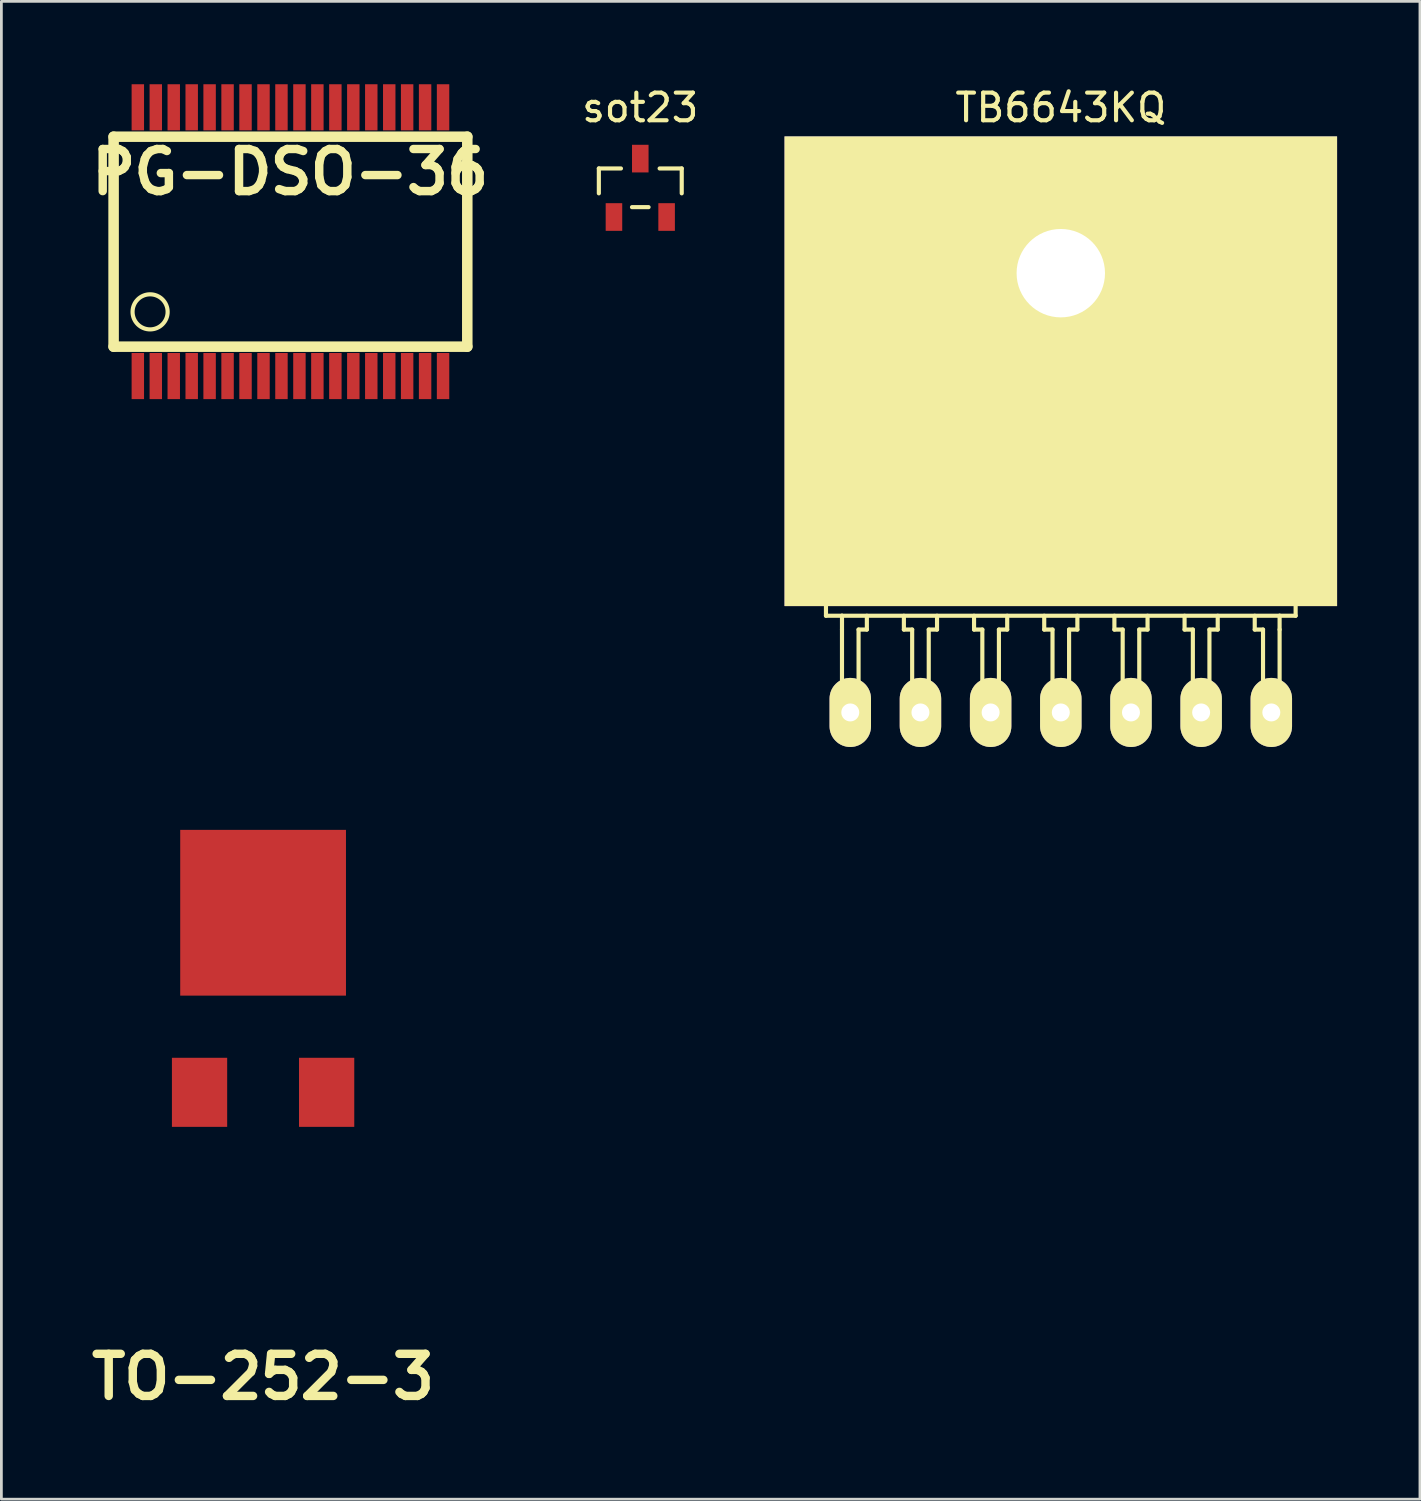
<source format=kicad_pcb>
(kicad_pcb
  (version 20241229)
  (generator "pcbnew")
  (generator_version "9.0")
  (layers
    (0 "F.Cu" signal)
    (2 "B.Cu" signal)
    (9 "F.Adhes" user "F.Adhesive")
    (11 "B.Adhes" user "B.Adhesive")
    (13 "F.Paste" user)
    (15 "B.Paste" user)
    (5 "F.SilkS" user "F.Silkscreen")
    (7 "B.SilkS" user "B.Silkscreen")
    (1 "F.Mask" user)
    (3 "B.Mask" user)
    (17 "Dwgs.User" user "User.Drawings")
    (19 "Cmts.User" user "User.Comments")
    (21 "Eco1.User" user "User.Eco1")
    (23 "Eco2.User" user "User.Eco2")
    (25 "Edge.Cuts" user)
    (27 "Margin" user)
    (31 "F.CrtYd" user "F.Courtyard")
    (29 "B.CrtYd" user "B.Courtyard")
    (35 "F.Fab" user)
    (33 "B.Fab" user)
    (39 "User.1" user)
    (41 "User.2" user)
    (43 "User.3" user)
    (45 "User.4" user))
  (footprint "sot23"
    (layer "F.Cu")
    (at 20.126 3.748)
    (property "Reference" "sot23" (at 0 -2.9 0) (layer "F.SilkS") (effects (font (size 1 1) (thickness 0.15))))
    (attr smd)
    (fp_line (start -1.5 -0.7) (end -0.7 -0.7) (stroke (width 0.15) (type solid)) (layer "F.SilkS"))
    (fp_line (start -1.5 0.2) (end -1.5 -0.7) (stroke (width 0.15) (type solid)) (layer "F.SilkS"))
    (fp_line (start 0.3 0.7) (end -0.3 0.7) (stroke (width 0.15) (type solid)) (layer "F.SilkS"))
    (fp_line (start 1.5 -0.7) (end 0.7 -0.7) (stroke (width 0.15) (type solid)) (layer "F.SilkS"))
    (fp_line (start 1.5 0.2) (end 1.5 -0.7) (stroke (width 0.15) (type solid)) (layer "F.SilkS"))
    (pad "1" smd rect (at -0.953 1.057) (size 0.599 1.001) (layers "F.Cu" "F.Mask" "F.Paste"))
    (pad "2" smd rect (at 0 -1.057) (size 0.599 1.001) (layers "F.Cu" "F.Mask" "F.Paste"))
    (pad "3" smd rect (at 0.953 1.057) (size 0.599 1.001) (layers "F.Cu" "F.Mask" "F.Paste")))
  (footprint "TB6643KQ"
    (layer "F.Cu")
    (at 35.347 6.838)
    (property "Reference" "TB6643KQ" (at 0 -5.99 0) (layer "F.SilkS") (effects (font (size 1 1) (thickness 0.15))))
    (attr through_hole)
    (fp_line (start -8.5 12.4) (end -8.5 0) (stroke (width 0.15) (type solid)) (layer "F.SilkS"))
    (fp_line (start -8.5 12.4) (end -7.92 12.4) (stroke (width 0.15) (type solid)) (layer "F.SilkS"))
    (fp_line (start -8.38 -2.82) (end -8.1 -2.52) (stroke (width 0.15) (type solid)) (layer "F.SilkS"))
    (fp_line (start -8.1 -2.52) (end -5.61 -2.52) (stroke (width 0.15) (type solid)) (layer "F.SilkS"))
    (fp_line (start -7.92 12.9) (end -7.92 12.4) (stroke (width 0.15) (type solid)) (layer "F.SilkS"))
    (fp_line (start -7.92 15.9) (end -7.92 12.9) (stroke (width 0.15) (type solid)) (layer "F.SilkS"))
    (fp_line (start -7.32 12.9) (end -7.02 12.9) (stroke (width 0.15) (type solid)) (layer "F.SilkS"))
    (fp_line (start -7.32 15.9) (end -7.32 12.9) (stroke (width 0.15) (type solid)) (layer "F.SilkS"))
    (fp_line (start -7.02 12.9) (end -7.02 12.4) (stroke (width 0.15) (type solid)) (layer "F.SilkS"))
    (fp_line (start -6.92 0) (end -8.5 0) (stroke (width 0.15) (type solid)) (layer "F.SilkS"))
    (fp_line (start -6.92 0) (end -5.2 -3.3) (stroke (width 0.15) (type solid)) (layer "F.SilkS"))
    (fp_line (start -5.68 12.9) (end -5.68 12.4) (stroke (width 0.15) (type solid)) (layer "F.SilkS"))
    (fp_line (start -5.38 12.9) (end -5.68 12.9) (stroke (width 0.15) (type solid)) (layer "F.SilkS"))
    (fp_line (start -5.38 15.9) (end -5.38 12.9) (stroke (width 0.15) (type solid)) (layer "F.SilkS"))
    (fp_line (start -4.78 12.9) (end -4.48 12.9) (stroke (width 0.15) (type solid)) (layer "F.SilkS"))
    (fp_line (start -4.78 15.9) (end -4.78 12.9) (stroke (width 0.15) (type solid)) (layer "F.SilkS"))
    (fp_line (start -4.48 12.9) (end -4.48 12.4) (stroke (width 0.15) (type solid)) (layer "F.SilkS"))
    (fp_line (start -3.98 -3.3) (end -5.28 -3.3) (stroke (width 0.15) (type solid)) (layer "F.SilkS"))
    (fp_line (start -3.14 12.9) (end -3.14 12.4) (stroke (width 0.15) (type solid)) (layer "F.SilkS"))
    (fp_line (start -2.84 12.9) (end -3.14 12.9) (stroke (width 0.15) (type solid)) (layer "F.SilkS"))
    (fp_line (start -2.84 15.9) (end -2.84 12.9) (stroke (width 0.15) (type solid)) (layer "F.SilkS"))
    (fp_line (start -2.24 12.9) (end -1.94 12.9) (stroke (width 0.15) (type solid)) (layer "F.SilkS"))
    (fp_line (start -2.24 15.9) (end -2.24 12.9) (stroke (width 0.15) (type solid)) (layer "F.SilkS"))
    (fp_line (start -1.94 12.9) (end -1.94 12.4) (stroke (width 0.15) (type solid)) (layer "F.SilkS"))
    (fp_line (start -0.6 12.9) (end -0.6 12.4) (stroke (width 0.15) (type solid)) (layer "F.SilkS"))
    (fp_line (start -0.3 12.9) (end -0.6 12.9) (stroke (width 0.15) (type solid)) (layer "F.SilkS"))
    (fp_line (start -0.3 15.9) (end -0.3 12.9) (stroke (width 0.15) (type solid)) (layer "F.SilkS"))
    (fp_line (start 0 -3.3) (end -8 -3.3) (stroke (width 0.15) (type solid)) (layer "F.SilkS"))
    (fp_line (start 0 -3.3) (end 8 -3.3) (stroke (width 0.15) (type solid)) (layer "F.SilkS"))
    (fp_line (start 0.3 12.9) (end 0.6 12.9) (stroke (width 0.15) (type solid)) (layer "F.SilkS"))
    (fp_line (start 0.3 15.9) (end 0.3 12.9) (stroke (width 0.15) (type solid)) (layer "F.SilkS"))
    (fp_line (start 0.6 12.9) (end 0.6 12.4) (stroke (width 0.15) (type solid)) (layer "F.SilkS"))
    (fp_line (start 1.94 12.9) (end 1.94 12.4) (stroke (width 0.15) (type solid)) (layer "F.SilkS"))
    (fp_line (start 2.24 12.9) (end 1.94 12.9) (stroke (width 0.15) (type solid)) (layer "F.SilkS"))
    (fp_line (start 2.24 15.9) (end 2.24 12.9) (stroke (width 0.15) (type solid)) (layer "F.SilkS"))
    (fp_line (start 2.84 12.9) (end 3.14 12.9) (stroke (width 0.15) (type solid)) (layer "F.SilkS"))
    (fp_line (start 2.84 15.9) (end 2.84 12.9) (stroke (width 0.15) (type solid)) (layer "F.SilkS"))
    (fp_line (start 3.14 12.9) (end 3.14 12.4) (stroke (width 0.15) (type solid)) (layer "F.SilkS"))
    (fp_line (start 4.48 12.9) (end 4.48 12.4) (stroke (width 0.15) (type solid)) (layer "F.SilkS"))
    (fp_line (start 4.78 12.9) (end 4.48 12.9) (stroke (width 0.15) (type solid)) (layer "F.SilkS"))
    (fp_line (start 4.78 15.9) (end 4.78 12.9) (stroke (width 0.15) (type solid)) (layer "F.SilkS"))
    (fp_line (start 5.38 12.9) (end 5.68 12.9) (stroke (width 0.15) (type solid)) (layer "F.SilkS"))
    (fp_line (start 5.38 15.9) (end 5.38 12.9) (stroke (width 0.15) (type solid)) (layer "F.SilkS"))
    (fp_line (start 5.68 12.9) (end 5.68 12.4) (stroke (width 0.15) (type solid)) (layer "F.SilkS"))
    (fp_line (start 6.81 0) (end 5.11 -3.3) (stroke (width 0.15) (type solid)) (layer "F.SilkS"))
    (fp_line (start 7.02 12.9) (end 7.02 12.4) (stroke (width 0.15) (type solid)) (layer "F.SilkS"))
    (fp_line (start 7.32 12.9) (end 7.02 12.9) (stroke (width 0.15) (type solid)) (layer "F.SilkS"))
    (fp_line (start 7.32 15.9) (end 7.32 12.9) (stroke (width 0.15) (type solid)) (layer "F.SilkS"))
    (fp_line (start 7.92 12.4) (end -7.92 12.4) (stroke (width 0.15) (type solid)) (layer "F.SilkS"))
    (fp_line (start 7.92 12.9) (end 7.92 12.4) (stroke (width 0.15) (type solid)) (layer "F.SilkS"))
    (fp_line (start 7.92 15.9) (end 7.92 12.9) (stroke (width 0.15) (type solid)) (layer "F.SilkS"))
    (fp_line (start 8.11 -2.52) (end 5.52 -2.52) (stroke (width 0.15) (type solid)) (layer "F.SilkS"))
    (fp_line (start 8.39 -2.82) (end 8.11 -2.52) (stroke (width 0.15) (type solid)) (layer "F.SilkS"))
    (fp_line (start 8.5 0) (end 6.81 0) (stroke (width 0.15) (type solid)) (layer "F.SilkS"))
    (fp_line (start 8.5 12.4) (end 7.92 12.4) (stroke (width 0.15) (type solid)) (layer "F.SilkS"))
    (fp_line (start 8.5 12.4) (end 8.5 0) (stroke (width 0.15) (type solid)) (layer "F.SilkS"))
    (fp_arc (start -8.38 -2.82) (mid -8.289411 -3.138701) (end -8 -3.3) (stroke (width 0.15) (type solid)) (layer "F.SilkS"))
    (fp_arc (start 8.01 -3.3) (mid 8.299411 -3.138701) (end 8.39 -2.82) (stroke (width 0.15) (type solid)) (layer "F.SilkS"))
    (fp_circle (center 0 0) (end 1.6 0) (stroke (width 0.15) (type solid)) (fill no) (layer "F.SilkS"))
    (pad "1" thru_hole oval (at -7.62 15.9) (size 1.5 2.5) (drill 0.65) (layers "*.Cu" "*.Mask" "F.SilkS"))
    (pad "2" thru_hole oval (at -5.08 15.9) (size 1.5 2.5) (drill 0.65) (layers "*.Cu" "*.Mask" "F.SilkS"))
    (pad "3" thru_hole oval (at -2.54 15.9) (size 1.5 2.5) (drill 0.65) (layers "*.Cu" "*.Mask" "F.SilkS"))
    (pad "4" thru_hole oval (at 0 15.9) (size 1.5 2.5) (drill 0.65) (layers "*.Cu" "*.Mask" "F.SilkS"))
    (pad "5" thru_hole oval (at 2.54 15.9) (size 1.5 2.5) (drill 0.65) (layers "*.Cu" "*.Mask" "F.SilkS"))
    (pad "6" thru_hole oval (at 5.08 15.9) (size 1.5 2.5) (drill 0.65) (layers "*.Cu" "*.Mask" "F.SilkS"))
    (pad "7" thru_hole oval (at 7.62 15.9) (size 1.5 2.5) (drill 0.65) (layers "*.Cu" "*.Mask" "F.SilkS"))
    (pad "8" thru_hole rect (at 0 0) (size 20 17) (drill 3.2 (offset 0 3.55)) (layers "*.Mask" "F.Cu" "F.SilkS")))
  (footprint "PG-DSO-36"
    (layer "F.Cu")
    (at 7.463 5.698)
    (property "Reference" "PG-DSO-36" (at -0.01 -2.52 0) (layer "F.SilkS") (effects (font (size 1.524 1.524) (thickness 0.305))))
    (attr through_hole)
    (fp_line (start -6.401 -3.8) (end 6.401 -3.8) (stroke (width 0.381) (type solid)) (layer "F.SilkS"))
    (fp_line (start -6.401 3.8) (end -6.401 -3.8) (stroke (width 0.381) (type solid)) (layer "F.SilkS"))
    (fp_line (start 6.401 -3.8) (end 6.401 3.8) (stroke (width 0.381) (type solid)) (layer "F.SilkS"))
    (fp_line (start 6.401 3.8) (end -6.401 3.8) (stroke (width 0.381) (type solid)) (layer "F.SilkS"))
    (fp_circle (center -5.08 2.54) (end -5.08 3.175) (stroke (width 0.15) (type solid)) (fill no) (layer "F.SilkS"))
    (pad "1" smd rect (at -5.524 4.864) (size 0.45 1.669) (layers "F.Cu" "F.Mask" "F.Paste"))
    (pad "2" smd rect (at -4.874 4.864) (size 0.45 1.669) (layers "F.Cu" "F.Mask" "F.Paste"))
    (pad "3" smd rect (at -4.224 4.864) (size 0.45 1.669) (layers "F.Cu" "F.Mask" "F.Paste"))
    (pad "4" smd rect (at -3.574 4.864) (size 0.45 1.669) (layers "F.Cu" "F.Mask" "F.Paste"))
    (pad "5" smd rect (at -2.926 4.864) (size 0.45 1.669) (layers "F.Cu" "F.Mask" "F.Paste"))
    (pad "6" smd rect (at -2.276 4.864) (size 0.45 1.669) (layers "F.Cu" "F.Mask" "F.Paste"))
    (pad "7" smd rect (at -1.626 4.864) (size 0.45 1.669) (layers "F.Cu" "F.Mask" "F.Paste"))
    (pad "8" smd rect (at -0.975 4.864) (size 0.45 1.669) (layers "F.Cu" "F.Mask" "F.Paste"))
    (pad "9" smd rect (at -0.325 4.864) (size 0.45 1.669) (layers "F.Cu" "F.Mask" "F.Paste"))
    (pad "10" smd rect (at 0.325 4.864) (size 0.45 1.669) (layers "F.Cu" "F.Mask" "F.Paste"))
    (pad "11" smd rect (at 0.975 4.864) (size 0.45 1.669) (layers "F.Cu" "F.Mask" "F.Paste"))
    (pad "12" smd rect (at 1.626 4.864) (size 0.45 1.669) (layers "F.Cu" "F.Mask" "F.Paste"))
    (pad "13" smd rect (at 2.276 4.864) (size 0.45 1.669) (layers "F.Cu" "F.Mask" "F.Paste"))
    (pad "14" smd rect (at 2.926 4.864) (size 0.45 1.669) (layers "F.Cu" "F.Mask" "F.Paste"))
    (pad "15" smd rect (at 3.576 4.864) (size 0.45 1.669) (layers "F.Cu" "F.Mask" "F.Paste"))
    (pad "16" smd rect (at 4.224 4.864) (size 0.45 1.669) (layers "F.Cu" "F.Mask" "F.Paste"))
    (pad "17" smd rect (at 4.874 4.864) (size 0.45 1.669) (layers "F.Cu" "F.Mask" "F.Paste"))
    (pad "18" smd rect (at 5.524 4.864) (size 0.45 1.669) (layers "F.Cu" "F.Mask" "F.Paste"))
    (pad "19" smd rect (at 5.524 -4.864) (size 0.45 1.669) (layers "F.Cu" "F.Mask" "F.Paste"))
    (pad "20" smd rect (at 4.874 -4.864) (size 0.45 1.669) (layers "F.Cu" "F.Mask" "F.Paste"))
    (pad "21" smd rect (at 4.224 -4.864) (size 0.45 1.669) (layers "F.Cu" "F.Mask" "F.Paste"))
    (pad "22" smd rect (at 3.576 -4.864) (size 0.45 1.669) (layers "F.Cu" "F.Mask" "F.Paste"))
    (pad "23" smd rect (at 2.926 -4.864) (size 0.45 1.669) (layers "F.Cu" "F.Mask" "F.Paste"))
    (pad "24" smd rect (at 2.276 -4.864) (size 0.45 1.669) (layers "F.Cu" "F.Mask" "F.Paste"))
    (pad "25" smd rect (at 1.626 -4.864) (size 0.45 1.669) (layers "F.Cu" "F.Mask" "F.Paste"))
    (pad "26" smd rect (at 0.975 -4.864) (size 0.45 1.669) (layers "F.Cu" "F.Mask" "F.Paste"))
    (pad "27" smd rect (at 0.325 -4.864) (size 0.45 1.669) (layers "F.Cu" "F.Mask" "F.Paste"))
    (pad "28" smd rect (at -0.325 -4.864) (size 0.45 1.669) (layers "F.Cu" "F.Mask" "F.Paste"))
    (pad "29" smd rect (at -0.975 -4.864) (size 0.45 1.669) (layers "F.Cu" "F.Mask" "F.Paste"))
    (pad "30" smd rect (at -1.626 -4.864) (size 0.45 1.669) (layers "F.Cu" "F.Mask" "F.Paste"))
    (pad "31" smd rect (at -2.276 -4.864) (size 0.45 1.669) (layers "F.Cu" "F.Mask" "F.Paste"))
    (pad "32" smd rect (at -2.926 -4.864) (size 0.45 1.669) (layers "F.Cu" "F.Mask" "F.Paste"))
    (pad "33" smd rect (at -3.574 -4.864) (size 0.45 1.669) (layers "F.Cu" "F.Mask" "F.Paste"))
    (pad "34" smd rect (at -4.224 -4.864) (size 0.45 1.669) (layers "F.Cu" "F.Mask" "F.Paste"))
    (pad "35" smd rect (at -4.874 -4.864) (size 0.45 1.669) (layers "F.Cu" "F.Mask" "F.Paste"))
    (pad "36" smd rect (at -5.524 -4.864) (size 0.45 1.669) (layers "F.Cu" "F.Mask" "F.Paste")))
  (footprint "TO-252-3"
    (layer "F.Cu")
    (at 6.473 34.988)
    (property "Reference" "TO-252-3" (at 0 11.8 0) (layer "F.SilkS") (effects (font (size 1.524 1.524) (thickness 0.305))))
    (attr through_hole)
    (pad "1" smd rect (at -2.3 1.5) (size 2 2.5) (layers "F.Cu" "F.Mask" "F.Paste"))
    (pad "2" smd rect (at 0 -5) (size 6 6) (layers "F.Cu" "F.Mask" "F.Paste"))
    (pad "3" smd rect (at 2.3 1.5) (size 2 2.5) (layers "F.Cu" "F.Mask" "F.Paste")))
  (gr_rect
    (start -3 -3)
    (end 48.347 51.215)
    (stroke (width 0.1) (type default))
    (fill no)
    (layer "Edge.Cuts")))
</source>
